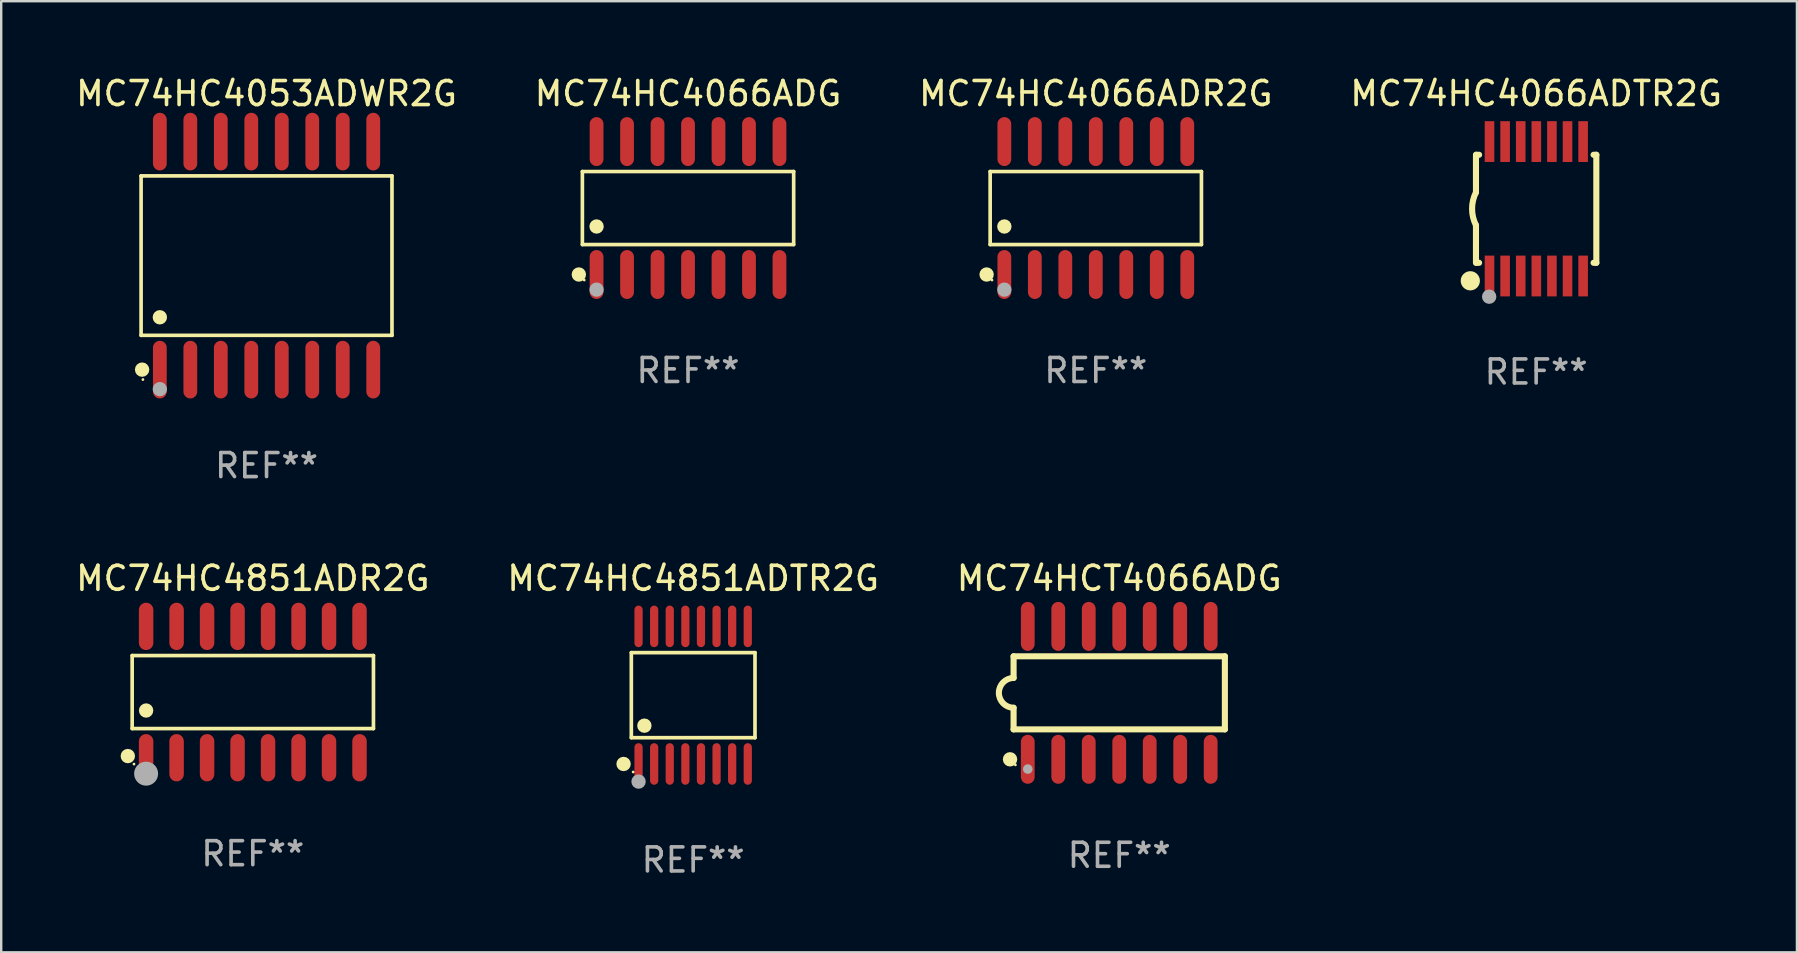
<source format=kicad_pcb>
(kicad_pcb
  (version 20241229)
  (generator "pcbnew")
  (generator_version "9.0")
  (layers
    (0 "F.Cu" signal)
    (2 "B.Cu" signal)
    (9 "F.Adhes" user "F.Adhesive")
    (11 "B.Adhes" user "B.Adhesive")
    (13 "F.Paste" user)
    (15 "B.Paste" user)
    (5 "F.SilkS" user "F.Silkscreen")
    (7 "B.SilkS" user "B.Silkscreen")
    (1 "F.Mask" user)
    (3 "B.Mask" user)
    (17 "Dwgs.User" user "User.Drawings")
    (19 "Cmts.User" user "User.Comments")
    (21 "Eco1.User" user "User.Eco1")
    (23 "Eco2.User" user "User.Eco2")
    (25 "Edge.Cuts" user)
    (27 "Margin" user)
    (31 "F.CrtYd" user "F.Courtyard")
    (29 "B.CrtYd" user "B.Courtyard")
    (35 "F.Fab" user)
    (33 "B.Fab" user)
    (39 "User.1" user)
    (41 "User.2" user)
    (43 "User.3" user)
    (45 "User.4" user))
  (footprint "MC74HC4851ADR2G"
    (layer "F.Cu")
    (at 7.482 25.781)
    (property "Reference" "MC74HC4851ADR2G" (at 0 -4.736 0) (layer "F.SilkS") (effects (font (size 1 1) (thickness 0.15))))
    (attr through_hole)
    (fp_line (start -5.026 -1.521) (end 5.026 -1.521) (stroke (width 0.152) (type solid)) (layer "F.SilkS"))
    (fp_line (start -5.026 1.521) (end -5.026 -1.521) (stroke (width 0.152) (type solid)) (layer "F.SilkS"))
    (fp_line (start 5.026 -1.521) (end 5.026 1.521) (stroke (width 0.152) (type solid)) (layer "F.SilkS"))
    (fp_line (start 5.026 1.521) (end -5.026 1.521) (stroke (width 0.152) (type solid)) (layer "F.SilkS"))
    (fp_circle (center -5.207 2.667) (end -5.057 2.667) (stroke (width 0.3) (type solid)) (fill no) (layer "F.SilkS"))
    (fp_circle (center -4.95 3) (end -4.92 3) (stroke (width 0.06) (type solid)) (fill no) (layer "F.SilkS"))
    (fp_circle (center -4.445 0.769) (end -4.295 0.769) (stroke (width 0.3) (type solid)) (fill no) (layer "F.SilkS"))
    (fp_circle (center -4.445 3.4) (end -4.195 3.4) (stroke (width 0.5) (type solid)) (fill no) (layer "F.Fab"))
    (fp_text user "REF**" (at 0 6.736 0) (layer "F.Fab") (effects (font (size 1 1) (thickness 0.15))))
    (pad "1" smd oval (at -4.445 2.736) (size 0.602 1.971) (layers "F.Cu" "F.Mask" "F.Paste"))
    (pad "2" smd oval (at -3.175 2.736) (size 0.602 1.971) (layers "F.Cu" "F.Mask" "F.Paste"))
    (pad "3" smd oval (at -1.905 2.736) (size 0.602 1.971) (layers "F.Cu" "F.Mask" "F.Paste"))
    (pad "4" smd oval (at -0.635 2.736) (size 0.602 1.971) (layers "F.Cu" "F.Mask" "F.Paste"))
    (pad "5" smd oval (at 0.635 2.736) (size 0.602 1.971) (layers "F.Cu" "F.Mask" "F.Paste"))
    (pad "6" smd oval (at 1.905 2.736) (size 0.602 1.971) (layers "F.Cu" "F.Mask" "F.Paste"))
    (pad "7" smd oval (at 3.175 2.736) (size 0.602 1.971) (layers "F.Cu" "F.Mask" "F.Paste"))
    (pad "8" smd oval (at 4.445 2.736) (size 0.602 1.971) (layers "F.Cu" "F.Mask" "F.Paste"))
    (pad "9" smd oval (at 4.445 -2.736) (size 0.602 1.971) (layers "F.Cu" "F.Mask" "F.Paste"))
    (pad "10" smd oval (at 3.175 -2.736) (size 0.602 1.971) (layers "F.Cu" "F.Mask" "F.Paste"))
    (pad "11" smd oval (at 1.905 -2.736) (size 0.602 1.971) (layers "F.Cu" "F.Mask" "F.Paste"))
    (pad "12" smd oval (at 0.635 -2.736) (size 0.602 1.971) (layers "F.Cu" "F.Mask" "F.Paste"))
    (pad "13" smd oval (at -0.635 -2.736) (size 0.602 1.971) (layers "F.Cu" "F.Mask" "F.Paste"))
    (pad "14" smd oval (at -1.905 -2.736) (size 0.602 1.971) (layers "F.Cu" "F.Mask" "F.Paste"))
    (pad "15" smd oval (at -3.175 -2.736) (size 0.602 1.971) (layers "F.Cu" "F.Mask" "F.Paste"))
    (pad "16" smd oval (at -4.445 -2.736) (size 0.602 1.971) (layers "F.Cu" "F.Mask" "F.Paste")))
  (footprint "MC74HC4066ADR2G"
    (layer "F.Cu")
    (at 42.601 5.617)
    (property "Reference" "MC74HC4066ADR2G" (at 0 -4.769 0) (layer "F.SilkS") (effects (font (size 1 1) (thickness 0.15))))
    (attr through_hole)
    (fp_line (start -4.401 -1.521) (end 4.401 -1.521) (stroke (width 0.152) (type solid)) (layer "F.SilkS"))
    (fp_line (start -4.401 1.521) (end -4.401 -1.521) (stroke (width 0.152) (type solid)) (layer "F.SilkS"))
    (fp_line (start 4.401 -1.521) (end 4.401 1.521) (stroke (width 0.152) (type solid)) (layer "F.SilkS"))
    (fp_line (start 4.401 1.521) (end -4.401 1.521) (stroke (width 0.152) (type solid)) (layer "F.SilkS"))
    (fp_circle (center -4.549 2.769) (end -4.399 2.769) (stroke (width 0.3) (type solid)) (fill no) (layer "F.SilkS"))
    (fp_circle (center -4.325 3) (end -4.295 3) (stroke (width 0.06) (type solid)) (fill no) (layer "F.SilkS"))
    (fp_circle (center -3.81 0.769) (end -3.66 0.769) (stroke (width 0.3) (type solid)) (fill no) (layer "F.SilkS"))
    (fp_circle (center -3.81 3.4) (end -3.66 3.4) (stroke (width 0.3) (type solid)) (fill no) (layer "F.Fab"))
    (fp_text user "REF**" (at 0 6.769 0) (layer "F.Fab") (effects (font (size 1 1) (thickness 0.15))))
    (pad "1" smd oval (at -3.81 2.769) (size 0.574 2.038) (layers "F.Cu" "F.Mask" "F.Paste"))
    (pad "2" smd oval (at -2.54 2.769) (size 0.574 2.038) (layers "F.Cu" "F.Mask" "F.Paste"))
    (pad "3" smd oval (at -1.27 2.769) (size 0.574 2.038) (layers "F.Cu" "F.Mask" "F.Paste"))
    (pad "4" smd oval (at 0 2.769) (size 0.574 2.038) (layers "F.Cu" "F.Mask" "F.Paste"))
    (pad "5" smd oval (at 1.27 2.769) (size 0.574 2.038) (layers "F.Cu" "F.Mask" "F.Paste"))
    (pad "6" smd oval (at 2.54 2.769) (size 0.574 2.038) (layers "F.Cu" "F.Mask" "F.Paste"))
    (pad "7" smd oval (at 3.81 2.769) (size 0.574 2.038) (layers "F.Cu" "F.Mask" "F.Paste"))
    (pad "8" smd oval (at 3.81 -2.769) (size 0.574 2.038) (layers "F.Cu" "F.Mask" "F.Paste"))
    (pad "9" smd oval (at 2.54 -2.769) (size 0.574 2.038) (layers "F.Cu" "F.Mask" "F.Paste"))
    (pad "10" smd oval (at 1.27 -2.769) (size 0.574 2.038) (layers "F.Cu" "F.Mask" "F.Paste"))
    (pad "11" smd oval (at 0 -2.769) (size 0.574 2.038) (layers "F.Cu" "F.Mask" "F.Paste"))
    (pad "12" smd oval (at -1.27 -2.769) (size 0.574 2.038) (layers "F.Cu" "F.Mask" "F.Paste"))
    (pad "13" smd oval (at -2.54 -2.769) (size 0.574 2.038) (layers "F.Cu" "F.Mask" "F.Paste"))
    (pad "14" smd oval (at -3.81 -2.769) (size 0.574 2.038) (layers "F.Cu" "F.Mask" "F.Paste")))
  (footprint "MC74HC4066ADTR2G"
    (layer "F.Cu")
    (at 60.946 5.648)
    (property "Reference" "MC74HC4066ADTR2G" (at 0 -4.8 0) (layer "F.SilkS") (effects (font (size 1 1) (thickness 0.15))))
    (attr through_hole)
    (fp_line (start -2.507 -1.6) (end -2.507 -2.25) (stroke (width 0.254) (type solid)) (layer "F.SilkS"))
    (fp_line (start -2.507 -0.686) (end -2.507 -1.6) (stroke (width 0.254) (type solid)) (layer "F.SilkS"))
    (fp_line (start -2.507 1.6) (end -2.507 0.686) (stroke (width 0.254) (type solid)) (layer "F.SilkS"))
    (fp_line (start -2.507 1.6) (end -2.507 2.25) (stroke (width 0.254) (type solid)) (layer "F.SilkS"))
    (fp_line (start -2.493 -2.25) (end -2.377 -2.25) (stroke (width 0.254) (type solid)) (layer "F.SilkS"))
    (fp_line (start -2.377 2.25) (end -2.493 2.25) (stroke (width 0.254) (type solid)) (layer "F.SilkS"))
    (fp_line (start 2.392 -2.25) (end 2.507 -2.25) (stroke (width 0.254) (type solid)) (layer "F.SilkS"))
    (fp_line (start 2.507 -2.25) (end 2.507 2.25) (stroke (width 0.254) (type solid)) (layer "F.SilkS"))
    (fp_line (start 2.507 2.25) (end 2.392 2.25) (stroke (width 0.254) (type solid)) (layer "F.SilkS"))
    (fp_arc (start -2.507303 0.685802) (mid -2.669199 0) (end -2.507303 -0.685801) (stroke (width 0.254001) (type solid)) (layer "F.SilkS"))
    (fp_circle (center -2.743 3) (end -2.543 3) (stroke (width 0.4) (type solid)) (fill no) (layer "F.SilkS"))
    (fp_circle (center -2.493 3.2) (end -2.463 3.2) (stroke (width 0.06) (type solid)) (fill no) (layer "F.SilkS"))
    (fp_circle (center -1.957 3.662) (end -1.807 3.662) (stroke (width 0.3) (type solid)) (fill no) (layer "F.Fab"))
    (fp_text user "REF**" (at 0 6.8 0) (layer "F.Fab") (effects (font (size 1 1) (thickness 0.15))))
    (pad "1" smd rect (at -1.943 2.8) (size 0.4 1.7) (layers "F.Cu" "F.Mask" "F.Paste"))
    (pad "2" smd rect (at -1.293 2.8) (size 0.4 1.7) (layers "F.Cu" "F.Mask" "F.Paste"))
    (pad "3" smd rect (at -0.643 2.8) (size 0.4 1.7) (layers "F.Cu" "F.Mask" "F.Paste"))
    (pad "4" smd rect (at 0.007 2.8) (size 0.4 1.7) (layers "F.Cu" "F.Mask" "F.Paste"))
    (pad "5" smd rect (at 0.657 2.8) (size 0.4 1.7) (layers "F.Cu" "F.Mask" "F.Paste"))
    (pad "6" smd rect (at 1.307 2.8) (size 0.4 1.7) (layers "F.Cu" "F.Mask" "F.Paste"))
    (pad "7" smd rect (at 1.957 2.8) (size 0.4 1.7) (layers "F.Cu" "F.Mask" "F.Paste"))
    (pad "8" smd rect (at 1.957 -2.8) (size 0.4 1.7) (layers "F.Cu" "F.Mask" "F.Paste"))
    (pad "9" smd rect (at 1.307 -2.8) (size 0.4 1.7) (layers "F.Cu" "F.Mask" "F.Paste"))
    (pad "10" smd rect (at 0.657 -2.8) (size 0.4 1.7) (layers "F.Cu" "F.Mask" "F.Paste"))
    (pad "11" smd rect (at 0.007 -2.8) (size 0.4 1.7) (layers "F.Cu" "F.Mask" "F.Paste"))
    (pad "12" smd rect (at -0.643 -2.8) (size 0.4 1.7) (layers "F.Cu" "F.Mask" "F.Paste"))
    (pad "13" smd rect (at -1.293 -2.8) (size 0.4 1.7) (layers "F.Cu" "F.Mask" "F.Paste"))
    (pad "14" smd rect (at -1.943 -2.8) (size 0.4 1.7) (layers "F.Cu" "F.Mask" "F.Paste")))
  (footprint "MC74HC4851ADTR2G"
    (layer "F.Cu")
    (at 25.827 25.911)
    (property "Reference" "MC74HC4851ADTR2G" (at 0 -4.866 0) (layer "F.SilkS") (effects (font (size 1 1) (thickness 0.15))))
    (attr through_hole)
    (fp_line (start -2.576 -1.772) (end 2.576 -1.772) (stroke (width 0.152) (type solid)) (layer "F.SilkS"))
    (fp_line (start -2.576 1.771) (end -2.576 -1.772) (stroke (width 0.152) (type solid)) (layer "F.SilkS"))
    (fp_line (start 2.576 -1.772) (end 2.576 1.771) (stroke (width 0.152) (type solid)) (layer "F.SilkS"))
    (fp_line (start 2.576 1.771) (end -2.576 1.771) (stroke (width 0.152) (type solid)) (layer "F.SilkS"))
    (fp_circle (center -2.899 2.866) (end -2.749 2.866) (stroke (width 0.3) (type solid)) (fill no) (layer "F.SilkS"))
    (fp_circle (center -2.5 3.2) (end -2.47 3.2) (stroke (width 0.06) (type solid)) (fill no) (layer "F.SilkS"))
    (fp_circle (center -2.032 1.27) (end -1.882 1.27) (stroke (width 0.3) (type solid)) (fill no) (layer "F.SilkS"))
    (fp_circle (center -2.275 3.6) (end -2.125 3.6) (stroke (width 0.3) (type solid)) (fill no) (layer "F.Fab"))
    (fp_text user "REF**" (at 0 6.866 0) (layer "F.Fab") (effects (font (size 1 1) (thickness 0.15))))
    (pad "1" smd oval (at -2.275 2.866) (size 0.343 1.731) (layers "F.Cu" "F.Mask" "F.Paste"))
    (pad "2" smd oval (at -1.625 2.866) (size 0.343 1.731) (layers "F.Cu" "F.Mask" "F.Paste"))
    (pad "3" smd oval (at -0.975 2.866) (size 0.343 1.731) (layers "F.Cu" "F.Mask" "F.Paste"))
    (pad "4" smd oval (at -0.325 2.866) (size 0.343 1.731) (layers "F.Cu" "F.Mask" "F.Paste"))
    (pad "5" smd oval (at 0.325 2.866) (size 0.343 1.731) (layers "F.Cu" "F.Mask" "F.Paste"))
    (pad "6" smd oval (at 0.975 2.866) (size 0.343 1.731) (layers "F.Cu" "F.Mask" "F.Paste"))
    (pad "7" smd oval (at 1.625 2.866) (size 0.343 1.731) (layers "F.Cu" "F.Mask" "F.Paste"))
    (pad "8" smd oval (at 2.275 2.866) (size 0.343 1.731) (layers "F.Cu" "F.Mask" "F.Paste"))
    (pad "9" smd oval (at 2.275 -2.866) (size 0.343 1.731) (layers "F.Cu" "F.Mask" "F.Paste"))
    (pad "10" smd oval (at 1.625 -2.866) (size 0.343 1.731) (layers "F.Cu" "F.Mask" "F.Paste"))
    (pad "11" smd oval (at 0.975 -2.866) (size 0.343 1.731) (layers "F.Cu" "F.Mask" "F.Paste"))
    (pad "12" smd oval (at 0.325 -2.866) (size 0.343 1.731) (layers "F.Cu" "F.Mask" "F.Paste"))
    (pad "13" smd oval (at -0.325 -2.866) (size 0.343 1.731) (layers "F.Cu" "F.Mask" "F.Paste"))
    (pad "14" smd oval (at -0.975 -2.866) (size 0.343 1.731) (layers "F.Cu" "F.Mask" "F.Paste"))
    (pad "15" smd oval (at -1.625 -2.866) (size 0.343 1.731) (layers "F.Cu" "F.Mask" "F.Paste"))
    (pad "16" smd oval (at -2.275 -2.866) (size 0.343 1.731) (layers "F.Cu" "F.Mask" "F.Paste")))
  (footprint "MC74HC4066ADG"
    (layer "F.Cu")
    (at 25.613 5.617)
    (property "Reference" "MC74HC4066ADG" (at 0 -4.769 0) (layer "F.SilkS") (effects (font (size 1 1) (thickness 0.15))))
    (attr through_hole)
    (fp_line (start -4.401 -1.521) (end 4.401 -1.521) (stroke (width 0.152) (type solid)) (layer "F.SilkS"))
    (fp_line (start -4.401 1.521) (end -4.401 -1.521) (stroke (width 0.152) (type solid)) (layer "F.SilkS"))
    (fp_line (start 4.401 -1.521) (end 4.401 1.521) (stroke (width 0.152) (type solid)) (layer "F.SilkS"))
    (fp_line (start 4.401 1.521) (end -4.401 1.521) (stroke (width 0.152) (type solid)) (layer "F.SilkS"))
    (fp_circle (center -4.549 2.769) (end -4.399 2.769) (stroke (width 0.3) (type solid)) (fill no) (layer "F.SilkS"))
    (fp_circle (center -4.325 3) (end -4.295 3) (stroke (width 0.06) (type solid)) (fill no) (layer "F.SilkS"))
    (fp_circle (center -3.81 0.769) (end -3.66 0.769) (stroke (width 0.3) (type solid)) (fill no) (layer "F.SilkS"))
    (fp_circle (center -3.81 3.4) (end -3.66 3.4) (stroke (width 0.3) (type solid)) (fill no) (layer "F.Fab"))
    (fp_text user "REF**" (at 0 6.769 0) (layer "F.Fab") (effects (font (size 1 1) (thickness 0.15))))
    (pad "1" smd oval (at -3.81 2.769) (size 0.574 2.038) (layers "F.Cu" "F.Mask" "F.Paste"))
    (pad "2" smd oval (at -2.54 2.769) (size 0.574 2.038) (layers "F.Cu" "F.Mask" "F.Paste"))
    (pad "3" smd oval (at -1.27 2.769) (size 0.574 2.038) (layers "F.Cu" "F.Mask" "F.Paste"))
    (pad "4" smd oval (at 0 2.769) (size 0.574 2.038) (layers "F.Cu" "F.Mask" "F.Paste"))
    (pad "5" smd oval (at 1.27 2.769) (size 0.574 2.038) (layers "F.Cu" "F.Mask" "F.Paste"))
    (pad "6" smd oval (at 2.54 2.769) (size 0.574 2.038) (layers "F.Cu" "F.Mask" "F.Paste"))
    (pad "7" smd oval (at 3.81 2.769) (size 0.574 2.038) (layers "F.Cu" "F.Mask" "F.Paste"))
    (pad "8" smd oval (at 3.81 -2.769) (size 0.574 2.038) (layers "F.Cu" "F.Mask" "F.Paste"))
    (pad "9" smd oval (at 2.54 -2.769) (size 0.574 2.038) (layers "F.Cu" "F.Mask" "F.Paste"))
    (pad "10" smd oval (at 1.27 -2.769) (size 0.574 2.038) (layers "F.Cu" "F.Mask" "F.Paste"))
    (pad "11" smd oval (at 0 -2.769) (size 0.574 2.038) (layers "F.Cu" "F.Mask" "F.Paste"))
    (pad "12" smd oval (at -1.27 -2.769) (size 0.574 2.038) (layers "F.Cu" "F.Mask" "F.Paste"))
    (pad "13" smd oval (at -2.54 -2.769) (size 0.574 2.038) (layers "F.Cu" "F.Mask" "F.Paste"))
    (pad "14" smd oval (at -3.81 -2.769) (size 0.574 2.038) (layers "F.Cu" "F.Mask" "F.Paste")))
  (footprint "MC74HCT4066ADG"
    (layer "F.Cu")
    (at 43.577 25.814)
    (property "Reference" "MC74HCT4066ADG" (at 0 -4.769 0) (layer "F.SilkS") (effects (font (size 1 1) (thickness 0.15))))
    (attr through_hole)
    (fp_line (start -4.401 -1.522) (end -4.401 -0.622) (stroke (width 0.254) (type solid)) (layer "F.SilkS"))
    (fp_line (start -4.401 -1.522) (end 4.401 -1.522) (stroke (width 0.254) (type solid)) (layer "F.SilkS"))
    (fp_line (start -4.401 1.521) (end -4.401 0.621) (stroke (width 0.254) (type solid)) (layer "F.SilkS"))
    (fp_line (start 4.401 -1.522) (end 4.401 1.521) (stroke (width 0.254) (type solid)) (layer "F.SilkS"))
    (fp_line (start 4.401 1.521) (end -4.401 1.521) (stroke (width 0.254) (type solid)) (layer "F.SilkS"))
    (fp_arc (start -4.401219 0.621311) (mid -5.021261 -0.000419) (end -4.400101 -0.621032) (stroke (width 0.254001) (type solid)) (layer "F.SilkS"))
    (fp_circle (center -4.549 2.769) (end -4.399 2.769) (stroke (width 0.3) (type solid)) (fill no) (layer "F.SilkS"))
    (fp_circle (center -4.325 3) (end -4.295 3) (stroke (width 0.06) (type solid)) (fill no) (layer "F.SilkS"))
    (fp_circle (center -3.81 3.175) (end -3.71 3.175) (stroke (width 0.2) (type solid)) (fill no) (layer "F.Fab"))
    (fp_text user "REF**" (at 0 6.769 0) (layer "F.Fab") (effects (font (size 1 1) (thickness 0.15))))
    (pad "1" smd oval (at -3.81 2.769) (size 0.574 2.038) (layers "F.Cu" "F.Mask" "F.Paste"))
    (pad "2" smd oval (at -2.54 2.769) (size 0.574 2.038) (layers "F.Cu" "F.Mask" "F.Paste"))
    (pad "3" smd oval (at -1.27 2.769) (size 0.574 2.038) (layers "F.Cu" "F.Mask" "F.Paste"))
    (pad "4" smd oval (at -0.000051 2.769) (size 0.574 2.038) (layers "F.Cu" "F.Mask" "F.Paste"))
    (pad "5" smd oval (at 1.27 2.769) (size 0.574 2.038) (layers "F.Cu" "F.Mask" "F.Paste"))
    (pad "6" smd oval (at 2.54 2.769) (size 0.574 2.038) (layers "F.Cu" "F.Mask" "F.Paste"))
    (pad "7" smd oval (at 3.81 2.769) (size 0.574 2.038) (layers "F.Cu" "F.Mask" "F.Paste"))
    (pad "8" smd oval (at 3.81 -2.769) (size 0.574 2.038) (layers "F.Cu" "F.Mask" "F.Paste"))
    (pad "9" smd oval (at 2.54 -2.769) (size 0.574 2.038) (layers "F.Cu" "F.Mask" "F.Paste"))
    (pad "10" smd oval (at 1.27 -2.769) (size 0.574 2.038) (layers "F.Cu" "F.Mask" "F.Paste"))
    (pad "11" smd oval (at -0.000051 -2.769) (size 0.574 2.038) (layers "F.Cu" "F.Mask" "F.Paste"))
    (pad "12" smd oval (at -1.27 -2.769) (size 0.574 2.038) (layers "F.Cu" "F.Mask" "F.Paste"))
    (pad "13" smd oval (at -2.54 -2.769) (size 0.574 2.038) (layers "F.Cu" "F.Mask" "F.Paste"))
    (pad "14" smd oval (at -3.81 -2.769) (size 0.574 2.038) (layers "F.Cu" "F.Mask" "F.Paste")))
  (footprint "MC74HC4053ADWR2G"
    (layer "F.Cu")
    (at 8.054 7.599)
    (property "Reference" "MC74HC4053ADWR2G" (at 0 -6.75 0) (layer "F.SilkS") (effects (font (size 1 1) (thickness 0.15))))
    (attr through_hole)
    (fp_line (start -5.226 -3.321) (end 5.226 -3.321) (stroke (width 0.152) (type solid)) (layer "F.SilkS"))
    (fp_line (start -5.226 3.321) (end -5.226 -3.321) (stroke (width 0.152) (type solid)) (layer "F.SilkS"))
    (fp_line (start 5.226 -3.321) (end 5.226 3.321) (stroke (width 0.152) (type solid)) (layer "F.SilkS"))
    (fp_line (start 5.226 3.321) (end -5.226 3.321) (stroke (width 0.152) (type solid)) (layer "F.SilkS"))
    (fp_circle (center -5.184 4.75) (end -5.034 4.75) (stroke (width 0.3) (type solid)) (fill no) (layer "F.SilkS"))
    (fp_circle (center -5.15 5.163) (end -5.12 5.163) (stroke (width 0.06) (type solid)) (fill no) (layer "F.SilkS"))
    (fp_circle (center -4.445 2.569) (end -4.295 2.569) (stroke (width 0.3) (type solid)) (fill no) (layer "F.SilkS"))
    (fp_circle (center -4.445 5.563) (end -4.295 5.563) (stroke (width 0.3) (type solid)) (fill no) (layer "F.Fab"))
    (fp_text user "REF**" (at 0 8.75 0) (layer "F.Fab") (effects (font (size 1 1) (thickness 0.15))))
    (pad "1" smd oval (at -4.445 4.75) (size 0.574 2.401) (layers "F.Cu" "F.Mask" "F.Paste"))
    (pad "2" smd oval (at -3.175 4.75) (size 0.574 2.401) (layers "F.Cu" "F.Mask" "F.Paste"))
    (pad "3" smd oval (at -1.905 4.75) (size 0.574 2.401) (layers "F.Cu" "F.Mask" "F.Paste"))
    (pad "4" smd oval (at -0.635 4.75) (size 0.574 2.401) (layers "F.Cu" "F.Mask" "F.Paste"))
    (pad "5" smd oval (at 0.635 4.75) (size 0.574 2.401) (layers "F.Cu" "F.Mask" "F.Paste"))
    (pad "6" smd oval (at 1.905 4.75) (size 0.574 2.401) (layers "F.Cu" "F.Mask" "F.Paste"))
    (pad "7" smd oval (at 3.175 4.75) (size 0.574 2.401) (layers "F.Cu" "F.Mask" "F.Paste"))
    (pad "8" smd oval (at 4.445 4.75) (size 0.574 2.401) (layers "F.Cu" "F.Mask" "F.Paste"))
    (pad "9" smd oval (at 4.445 -4.75) (size 0.574 2.401) (layers "F.Cu" "F.Mask" "F.Paste"))
    (pad "10" smd oval (at 3.175 -4.75) (size 0.574 2.401) (layers "F.Cu" "F.Mask" "F.Paste"))
    (pad "11" smd oval (at 1.905 -4.75) (size 0.574 2.401) (layers "F.Cu" "F.Mask" "F.Paste"))
    (pad "12" smd oval (at 0.635 -4.75) (size 0.574 2.401) (layers "F.Cu" "F.Mask" "F.Paste"))
    (pad "13" smd oval (at -0.635 -4.75) (size 0.574 2.401) (layers "F.Cu" "F.Mask" "F.Paste"))
    (pad "14" smd oval (at -1.905 -4.75) (size 0.574 2.401) (layers "F.Cu" "F.Mask" "F.Paste"))
    (pad "15" smd oval (at -3.175 -4.75) (size 0.574 2.401) (layers "F.Cu" "F.Mask" "F.Paste"))
    (pad "16" smd oval (at -4.445 -4.75) (size 0.574 2.401) (layers "F.Cu" "F.Mask" "F.Paste")))
  (gr_rect
    (start -3 -3)
    (end 71.81 36.625)
    (stroke (width 0.1) (type default))
    (fill no)
    (layer "Edge.Cuts")))
</source>
